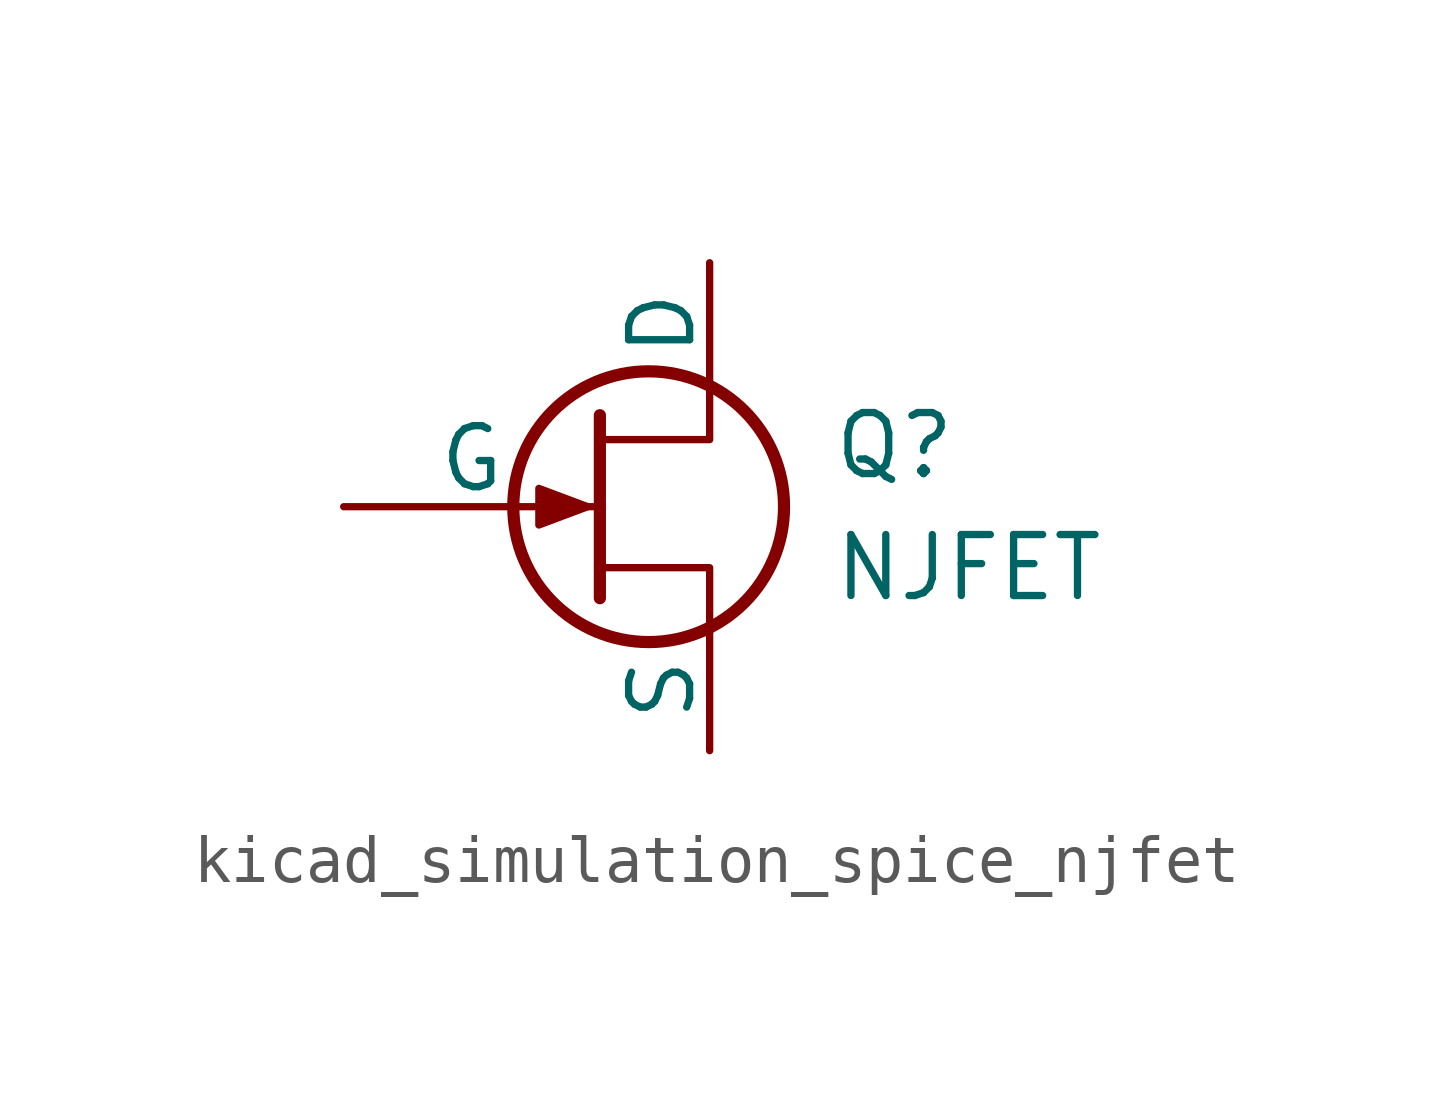
<source format=kicad_sym>
(kicad_symbol_lib
  (version 20220914)
  (generator kicad_symbol_editor)
  (symbol "kicad_simulation_spice_njfet"
    (pin_numbers hide)
    (pin_names
      (offset 0))
    (property "Reference" "Q"
      (at 5.08 1.27 0)
      (effects (font (size 1.27 1.27)) (justify left)))
    (property "Value" "NJFET"
      (at 5.08 -1.27 0)
      (effects (font (size 1.27 1.27)) (justify left)))
    (symbol "kicad_simulation_spice_njfet_0_1"
      (polyline (pts (xy 0.254 1.905) (xy 0.254 -1.905) (xy 0.254 -1.905)) (stroke (width 0.254) (type default)) (fill (type none)))
      (polyline (pts (xy 2.54 -2.54) (xy 2.54 -1.27) (xy 0.254 -1.27)) (stroke (width 0) (type default)) (fill (type none)))
      (polyline (pts (xy 2.54 2.54) (xy 2.54 1.397) (xy 0.254 1.397)) (stroke (width 0) (type default)) (fill (type none)))
      (polyline (pts (xy 0 0) (xy -1.016 0.381) (xy -1.016 -0.381) (xy 0 0)) (stroke (width 0) (type default)) (fill (type outline)))
      (circle (center 1.27 0) (radius 2.819) (stroke (width 0.254) (type default)) (fill (type none))))
    (symbol "kicad_simulation_spice_njfet_1_1"
      (pin passive line (at 2.54 5.08 270) (length 2.54) (name "D" (effects (font (size 1.27 1.27)))) (number "1" (effects (font (size 1.27 1.27)))))
      (pin input line (at -5.08 0 0) (length 5.334) (name "G" (effects (font (size 1.27 1.27)))) (number "2" (effects (font (size 1.27 1.27)))))
      (pin passive line (at 2.54 -5.08 90) (length 2.54) (name "S" (effects (font (size 1.27 1.27)))) (number "3" (effects (font (size 1.27 1.27))))))))
</source>
